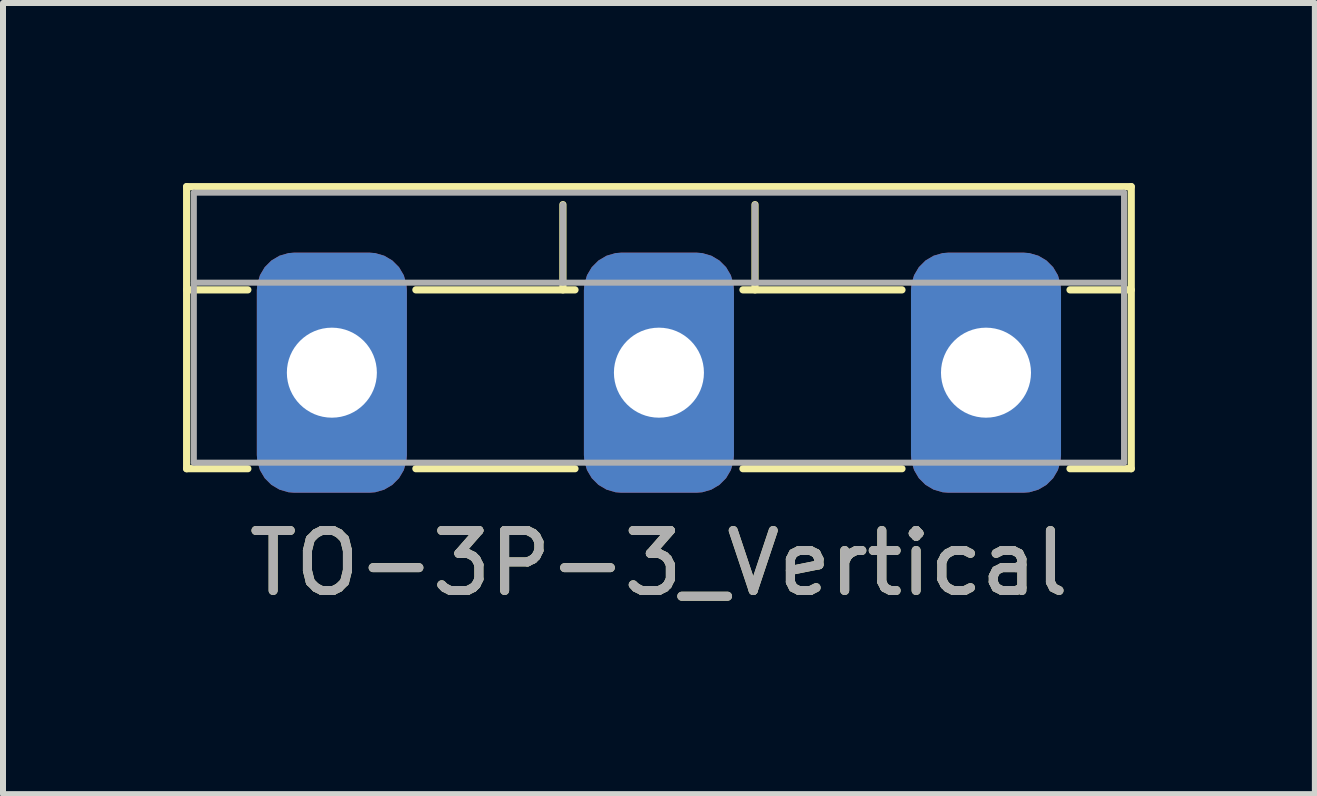
<source format=kicad_pcb>
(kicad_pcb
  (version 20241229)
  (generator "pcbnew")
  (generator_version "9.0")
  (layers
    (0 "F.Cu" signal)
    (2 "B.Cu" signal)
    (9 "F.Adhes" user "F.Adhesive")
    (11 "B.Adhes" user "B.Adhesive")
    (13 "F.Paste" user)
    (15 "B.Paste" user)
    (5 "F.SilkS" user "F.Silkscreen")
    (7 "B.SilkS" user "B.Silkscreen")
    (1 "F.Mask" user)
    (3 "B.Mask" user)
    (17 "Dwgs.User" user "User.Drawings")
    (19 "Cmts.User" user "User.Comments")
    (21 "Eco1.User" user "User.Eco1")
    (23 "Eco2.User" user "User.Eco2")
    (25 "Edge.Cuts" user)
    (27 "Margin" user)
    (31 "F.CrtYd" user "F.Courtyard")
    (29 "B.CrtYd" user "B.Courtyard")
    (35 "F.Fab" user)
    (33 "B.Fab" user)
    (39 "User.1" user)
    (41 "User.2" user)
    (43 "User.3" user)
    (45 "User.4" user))
  (footprint "TO-3P-3_Vertical"
    (layer "F.Cu")
    (at 2.48 3.16)
    (property "Reference" "TO-3P-3_Vertical" (at 5.45 3.175 0) (layer "F.SilkS") (effects (font (size 1 1) (thickness 0.15))))
    (attr through_hole)
    (fp_line (start -2.42 -3.1) (end -2.42 1.6) (stroke (width 0.12) (type solid)) (layer "F.SilkS"))
    (fp_line (start -2.42 -3.1) (end 13.32 -3.1) (stroke (width 0.12) (type solid)) (layer "F.SilkS"))
    (fp_line (start -2.42 -1.38) (end -1.4 -1.38) (stroke (width 0.12) (type solid)) (layer "F.SilkS"))
    (fp_line (start -2.42 1.6) (end -1.4 1.6) (stroke (width 0.12) (type solid)) (layer "F.SilkS"))
    (fp_line (start 1.4 -1.38) (end 4.051 -1.38) (stroke (width 0.12) (type solid)) (layer "F.SilkS"))
    (fp_line (start 1.4 1.6) (end 4.051 1.6) (stroke (width 0.12) (type solid)) (layer "F.SilkS"))
    (fp_line (start 3.85 -2.8) (end 3.85 -1.38) (stroke (width 0.12) (type solid)) (layer "F.SilkS"))
    (fp_line (start 6.85 -1.38) (end 9.5 -1.38) (stroke (width 0.12) (type solid)) (layer "F.SilkS"))
    (fp_line (start 6.85 1.6) (end 9.5 1.6) (stroke (width 0.12) (type solid)) (layer "F.SilkS"))
    (fp_line (start 7.051 -2.8) (end 7.051 -1.38) (stroke (width 0.12) (type solid)) (layer "F.SilkS"))
    (fp_line (start 12.3 -1.38) (end 13.32 -1.38) (stroke (width 0.12) (type solid)) (layer "F.SilkS"))
    (fp_line (start 12.3 1.6) (end 13.32 1.6) (stroke (width 0.12) (type solid)) (layer "F.SilkS"))
    (fp_line (start 13.32 -3.1) (end 13.32 1.6) (stroke (width 0.12) (type solid)) (layer "F.SilkS"))
    (fp_line (start -2.3 -3) (end -2.3 1.5) (stroke (width 0.1) (type solid)) (layer "F.Fab"))
    (fp_line (start -2.3 -1.5) (end 13.2 -1.5) (stroke (width 0.1) (type solid)) (layer "F.Fab"))
    (fp_line (start -2.3 1.5) (end 13.2 1.5) (stroke (width 0.1) (type solid)) (layer "F.Fab"))
    (fp_line (start 3.85 -2.8) (end 3.85 -1.5) (stroke (width 0.1) (type solid)) (layer "F.Fab"))
    (fp_line (start 7.05 -2.8) (end 7.05 -1.5) (stroke (width 0.1) (type solid)) (layer "F.Fab"))
    (fp_line (start 13.2 -3) (end -2.3 -3) (stroke (width 0.1) (type solid)) (layer "F.Fab"))
    (fp_line (start 13.2 1.5) (end 13.2 -3) (stroke (width 0.1) (type solid)) (layer "F.Fab"))
    (fp_text user "${REFERENCE}" (at 5.45 3.175 0) (layer "F.Fab") (effects (font (size 1 1) (thickness 0.15))))
    (pad "1" thru_hole roundrect (at 0 0) (size 2.5 4) (drill 1.5) (layers "*.Cu" "*.Mask") (roundrect_rratio 0.25))
    (pad "2" thru_hole roundrect (at 5.45 0) (size 2.5 4) (drill 1.5) (layers "*.Cu" "*.Mask") (roundrect_rratio 0.25))
    (pad "3" thru_hole roundrect (at 10.9 0) (size 2.5 4) (drill 1.5) (layers "*.Cu" "*.Mask") (roundrect_rratio 0.25)))
  (gr_rect
    (start -3 -3)
    (end 18.86 10.183)
    (stroke (width 0.1) (type default))
    (fill no)
    (layer "Edge.Cuts")))
</source>
